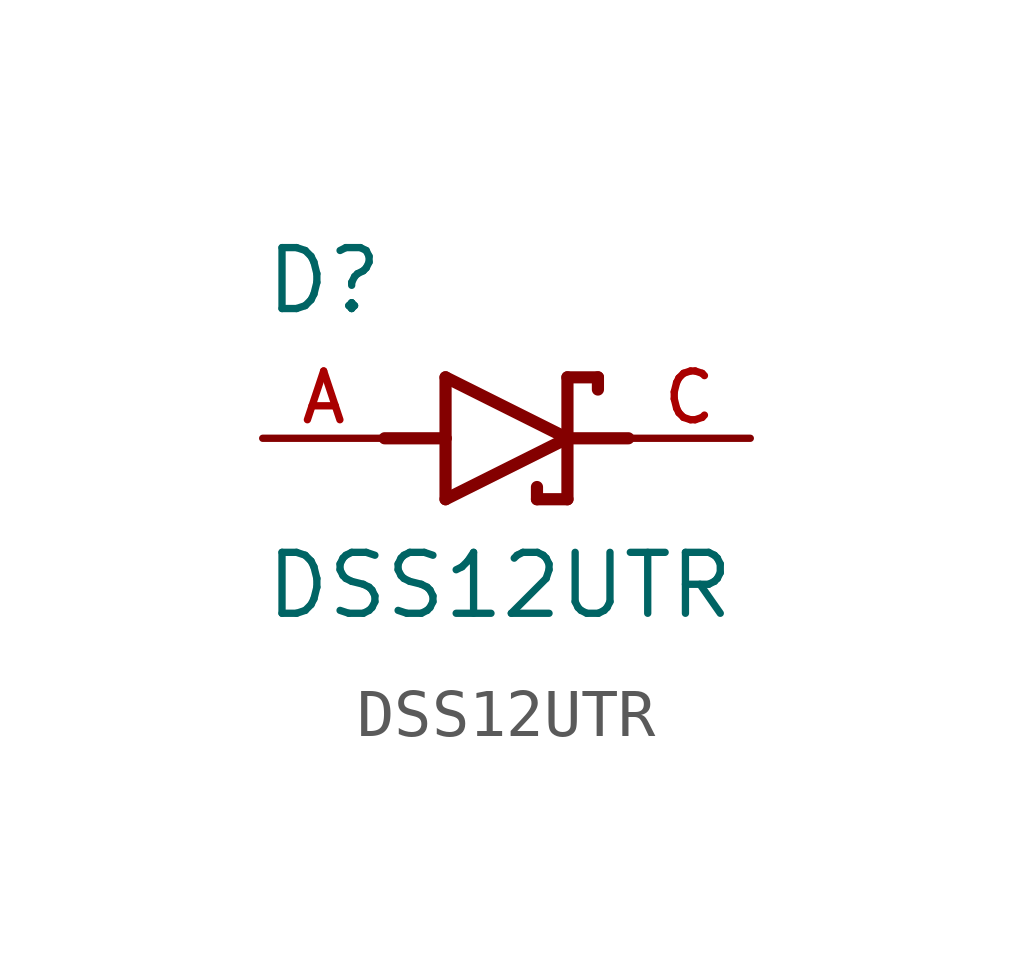
<source format=kicad_sym>
(kicad_symbol_lib
  (version 20211014)
  (generator kicad_symbol_editor)
  (symbol "DSS12UTR"
    (pin_names
      (offset 1.016))
    (property "Reference" "D"
      (at -5.08 2.54 0)
      (effects (font (size 1.27 1.27)) (justify bottom left)))
    (property "Value" "DSS12UTR"
      (at -5.08 -3.81 0)
      (effects (font (size 1.27 1.27)) (justify bottom left)))
    (symbol "DSS12UTR_0_0"
      (polyline (pts (xy -1.27 -1.27) (xy 1.27 0.0)) (stroke (width 0.254)))
      (polyline (pts (xy 1.27 0.0) (xy -1.27 1.27)) (stroke (width 0.254)))
      (polyline (pts (xy 1.905 1.27) (xy 1.27 1.27)) (stroke (width 0.254)))
      (polyline (pts (xy 1.27 1.27) (xy 1.27 0.0)) (stroke (width 0.254)))
      (polyline (pts (xy -1.27 1.27) (xy -1.27 0.0)) (stroke (width 0.254)))
      (polyline (pts (xy -1.27 0.0) (xy -1.27 -1.27)) (stroke (width 0.254)))
      (polyline (pts (xy 1.27 0.0) (xy 1.27 -1.27)) (stroke (width 0.254)))
      (polyline (pts (xy 1.905 1.27) (xy 1.905 1.016)) (stroke (width 0.254)))
      (polyline (pts (xy 1.27 -1.27) (xy 0.635 -1.27)) (stroke (width 0.254)))
      (polyline (pts (xy 0.635 -1.016) (xy 0.635 -1.27)) (stroke (width 0.254)))
      (polyline (pts (xy -2.54 0.0) (xy -1.27 0.0)) (stroke (width 0.254)))
      (polyline (pts (xy 2.54 0.0) (xy 1.27 0.0)) (stroke (width 0.254)))
      (pin passive line (at 5.08 0.0 180.0) (length 2.54) (name "~" (effects (font (size 1.016 1.016)))) (number "C" (effects (font (size 1.016 1.016)))))
      (pin passive line (at -5.08 0.0 0) (length 2.54) (name "~" (effects (font (size 1.016 1.016)))) (number "A" (effects (font (size 1.016 1.016))))))))
</source>
